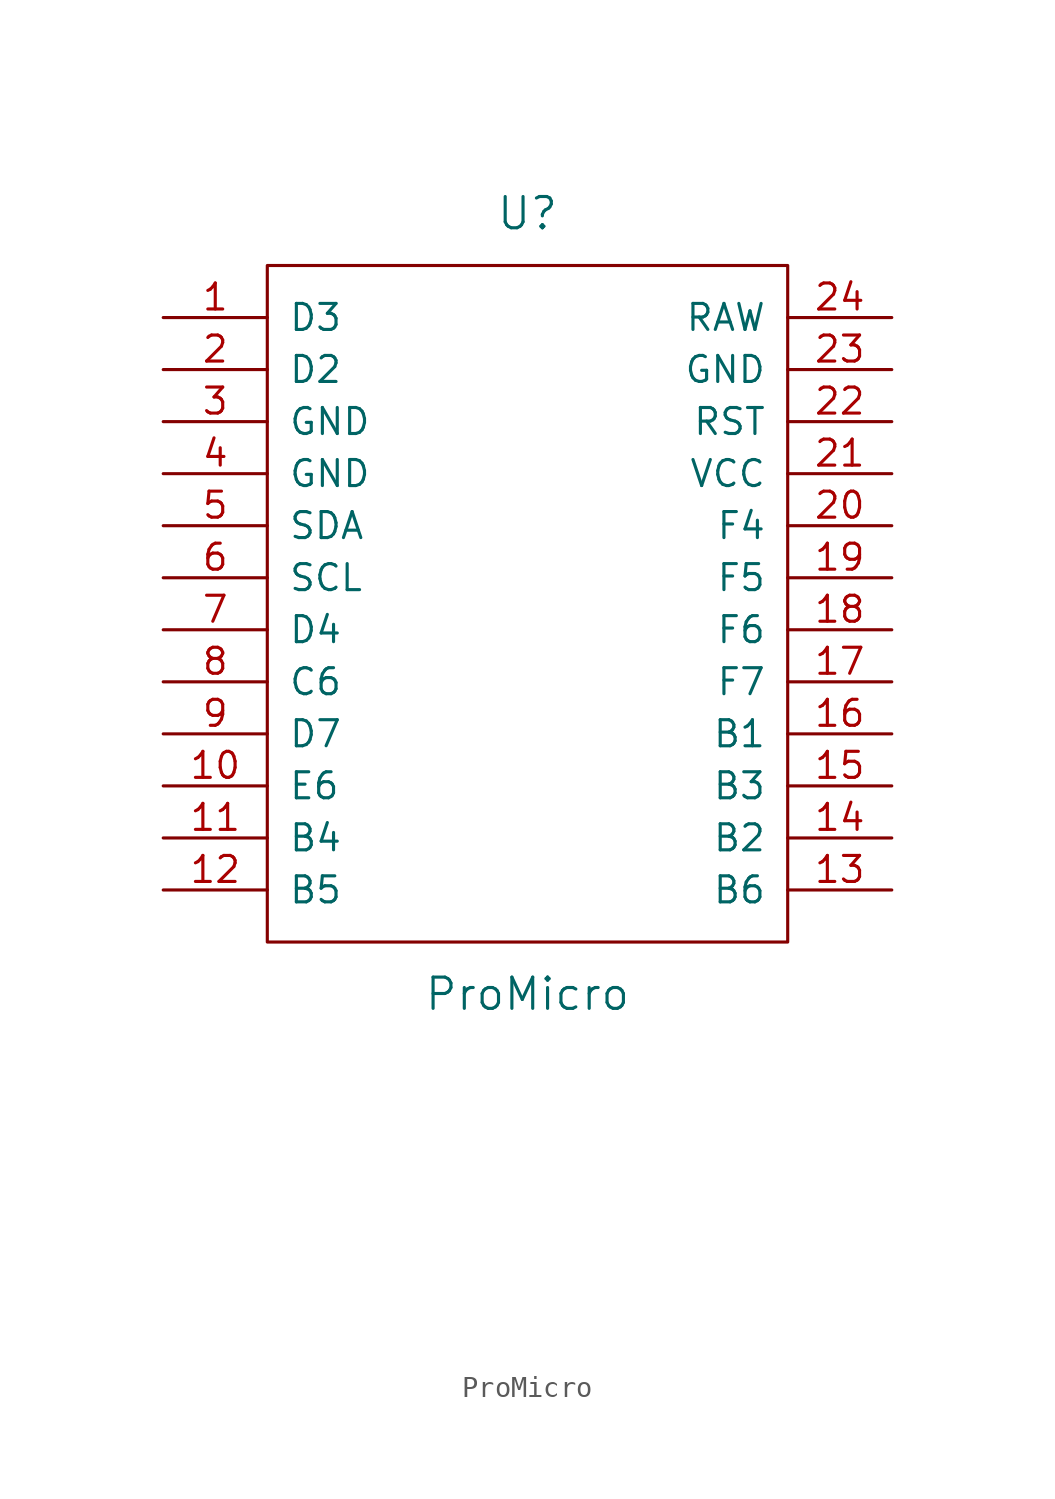
<source format=kicad_sym>
(kicad_symbol_lib
  (version 20211014)
  (generator kicad_symbol_editor)
  (symbol "ProMicro"
    (pin_names
      (offset 1.016))
    (property "Reference" "U"
      (at 0 24.13 0)
      (effects (font (size 1.524 1.524))))
    (property "Value" "ProMicro"
      (at 0 -13.97 0)
      (effects (font (size 1.524 1.524))))
    (property "Footprint" ""
      (at 2.54 -26.67 0)
      (effects (font (size 1.524 1.524))))
    (property "Datasheet" ""
      (at 2.54 -26.67 0)
      (effects (font (size 1.524 1.524))))
    (symbol "ProMicro_0_1"
      (rectangle (start -12.7 21.59) (end 12.7 -11.43) (stroke (width 0) (type default) (color 0 0 0 0)) (fill (type none))))
    (symbol "ProMicro_1_1"
      (pin bidirectional line (at -17.78 19.05 0) (length 5.08) (name "D3" (effects (font (size 1.27 1.27)))) (number "1" (effects (font (size 1.27 1.27)))))
      (pin bidirectional line (at -17.78 -3.81 0) (length 5.08) (name "E6" (effects (font (size 1.27 1.27)))) (number "10" (effects (font (size 1.27 1.27)))))
      (pin bidirectional line (at -17.78 -6.35 0) (length 5.08) (name "B4" (effects (font (size 1.27 1.27)))) (number "11" (effects (font (size 1.27 1.27)))))
      (pin bidirectional line (at -17.78 -8.89 0) (length 5.08) (name "B5" (effects (font (size 1.27 1.27)))) (number "12" (effects (font (size 1.27 1.27)))))
      (pin bidirectional line (at 17.78 -8.89 180) (length 5.08) (name "B6" (effects (font (size 1.27 1.27)))) (number "13" (effects (font (size 1.27 1.27)))))
      (pin bidirectional line (at 17.78 -6.35 180) (length 5.08) (name "B2" (effects (font (size 1.27 1.27)))) (number "14" (effects (font (size 1.27 1.27)))))
      (pin bidirectional line (at 17.78 -3.81 180) (length 5.08) (name "B3" (effects (font (size 1.27 1.27)))) (number "15" (effects (font (size 1.27 1.27)))))
      (pin bidirectional line (at 17.78 -1.27 180) (length 5.08) (name "B1" (effects (font (size 1.27 1.27)))) (number "16" (effects (font (size 1.27 1.27)))))
      (pin bidirectional line (at 17.78 1.27 180) (length 5.08) (name "F7" (effects (font (size 1.27 1.27)))) (number "17" (effects (font (size 1.27 1.27)))))
      (pin bidirectional line (at 17.78 3.81 180) (length 5.08) (name "F6" (effects (font (size 1.27 1.27)))) (number "18" (effects (font (size 1.27 1.27)))))
      (pin bidirectional line (at 17.78 6.35 180) (length 5.08) (name "F5" (effects (font (size 1.27 1.27)))) (number "19" (effects (font (size 1.27 1.27)))))
      (pin bidirectional line (at -17.78 16.51 0) (length 5.08) (name "D2" (effects (font (size 1.27 1.27)))) (number "2" (effects (font (size 1.27 1.27)))))
      (pin bidirectional line (at 17.78 8.89 180) (length 5.08) (name "F4" (effects (font (size 1.27 1.27)))) (number "20" (effects (font (size 1.27 1.27)))))
      (pin power_in line (at 17.78 11.43 180) (length 5.08) (name "VCC" (effects (font (size 1.27 1.27)))) (number "21" (effects (font (size 1.27 1.27)))))
      (pin input line (at 17.78 13.97 180) (length 5.08) (name "RST" (effects (font (size 1.27 1.27)))) (number "22" (effects (font (size 1.27 1.27)))))
      (pin power_in line (at 17.78 16.51 180) (length 5.08) (name "GND" (effects (font (size 1.27 1.27)))) (number "23" (effects (font (size 1.27 1.27)))))
      (pin power_out line (at 17.78 19.05 180) (length 5.08) (name "RAW" (effects (font (size 1.27 1.27)))) (number "24" (effects (font (size 1.27 1.27)))))
      (pin power_in line (at -17.78 13.97 0) (length 5.08) (name "GND" (effects (font (size 1.27 1.27)))) (number "3" (effects (font (size 1.27 1.27)))))
      (pin power_in line (at -17.78 11.43 0) (length 5.08) (name "GND" (effects (font (size 1.27 1.27)))) (number "4" (effects (font (size 1.27 1.27)))))
      (pin bidirectional line (at -17.78 8.89 0) (length 5.08) (name "SDA" (effects (font (size 1.27 1.27)))) (number "5" (effects (font (size 1.27 1.27)))))
      (pin bidirectional line (at -17.78 6.35 0) (length 5.08) (name "SCL" (effects (font (size 1.27 1.27)))) (number "6" (effects (font (size 1.27 1.27)))))
      (pin bidirectional line (at -17.78 3.81 0) (length 5.08) (name "D4" (effects (font (size 1.27 1.27)))) (number "7" (effects (font (size 1.27 1.27)))))
      (pin bidirectional line (at -17.78 1.27 0) (length 5.08) (name "C6" (effects (font (size 1.27 1.27)))) (number "8" (effects (font (size 1.27 1.27)))))
      (pin bidirectional line (at -17.78 -1.27 0) (length 5.08) (name "D7" (effects (font (size 1.27 1.27)))) (number "9" (effects (font (size 1.27 1.27))))))))
</source>
